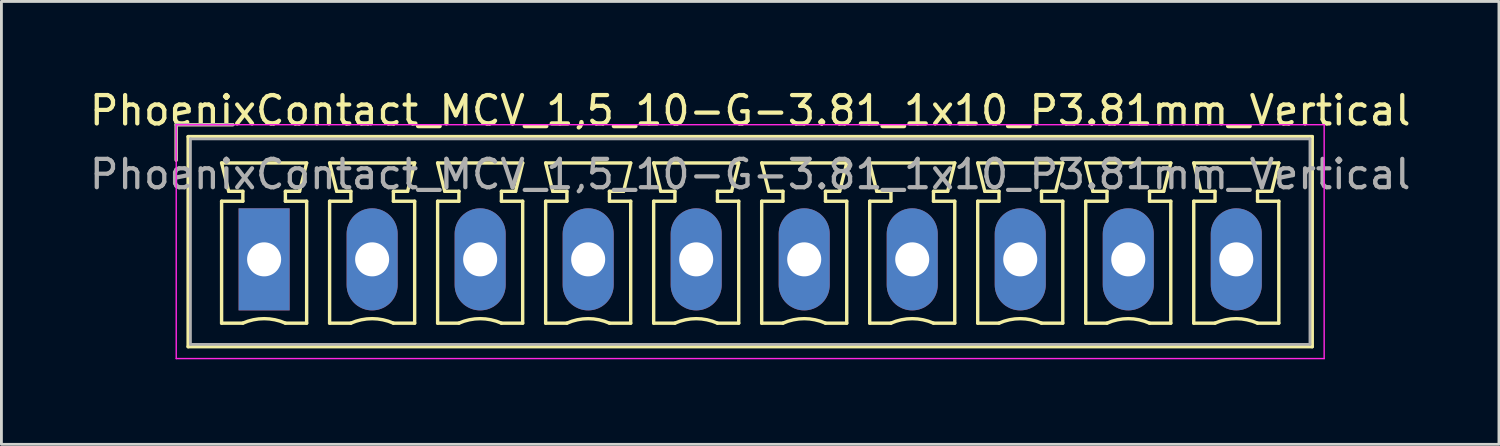
<source format=kicad_pcb>
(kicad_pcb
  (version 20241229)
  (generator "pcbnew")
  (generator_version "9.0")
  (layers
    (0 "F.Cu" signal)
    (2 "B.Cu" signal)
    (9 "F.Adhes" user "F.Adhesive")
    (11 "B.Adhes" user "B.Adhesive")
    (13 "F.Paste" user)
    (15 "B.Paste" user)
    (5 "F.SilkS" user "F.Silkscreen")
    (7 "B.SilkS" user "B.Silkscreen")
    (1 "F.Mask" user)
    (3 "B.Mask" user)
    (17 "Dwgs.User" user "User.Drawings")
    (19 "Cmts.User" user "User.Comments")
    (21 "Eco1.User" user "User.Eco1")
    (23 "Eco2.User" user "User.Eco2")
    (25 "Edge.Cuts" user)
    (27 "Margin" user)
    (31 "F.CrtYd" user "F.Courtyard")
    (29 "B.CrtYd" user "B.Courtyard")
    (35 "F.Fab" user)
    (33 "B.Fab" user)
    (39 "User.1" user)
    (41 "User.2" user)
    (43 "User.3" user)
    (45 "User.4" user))
  (footprint "PhoenixContact_MCV_1,5_10-G-3.81_1x10_P3.81mm_Vertical"
    (layer "F.Cu")
    (at 6.266 6.098)
    (property "Reference" "PhoenixContact_MCV_1,5_10-G-3.81_1x10_P3.81mm_Vertical" (at 17.145 -5.25 0) (layer "F.SilkS") (effects (font (size 1 1) (thickness 0.15))))
    (attr through_hole)
    (fp_line (start -3.1 -4.75) (end -1.1 -4.75) (stroke (width 0.12) (type solid)) (layer "F.SilkS"))
    (fp_line (start -3.1 -3.5) (end -3.1 -4.75) (stroke (width 0.12) (type solid)) (layer "F.SilkS"))
    (fp_line (start -2.68 -4.33) (end -2.68 3.08) (stroke (width 0.12) (type solid)) (layer "F.SilkS"))
    (fp_line (start -2.68 3.08) (end 36.97 3.08) (stroke (width 0.12) (type solid)) (layer "F.SilkS"))
    (fp_line (start -1.5 -3.4) (end 1.5 -3.4) (stroke (width 0.12) (type solid)) (layer "F.SilkS"))
    (fp_line (start -1.5 -2.05) (end -0.75 -2.05) (stroke (width 0.12) (type solid)) (layer "F.SilkS"))
    (fp_line (start -1.5 2.25) (end -1.5 -2.05) (stroke (width 0.12) (type solid)) (layer "F.SilkS"))
    (fp_line (start -1.25 -2.4) (end -1.5 -3.4) (stroke (width 0.12) (type solid)) (layer "F.SilkS"))
    (fp_line (start -0.75 -2.4) (end -1.25 -2.4) (stroke (width 0.12) (type solid)) (layer "F.SilkS"))
    (fp_line (start -0.75 -2.05) (end -0.75 -2.4) (stroke (width 0.12) (type solid)) (layer "F.SilkS"))
    (fp_line (start -0.75 2.25) (end -1.5 2.25) (stroke (width 0.12) (type solid)) (layer "F.SilkS"))
    (fp_line (start 0.75 -2.4) (end 0.75 -2.05) (stroke (width 0.12) (type solid)) (layer "F.SilkS"))
    (fp_line (start 0.75 -2.05) (end 1.5 -2.05) (stroke (width 0.12) (type solid)) (layer "F.SilkS"))
    (fp_line (start 1.25 -2.4) (end 0.75 -2.4) (stroke (width 0.12) (type solid)) (layer "F.SilkS"))
    (fp_line (start 1.5 -3.4) (end 1.25 -2.4) (stroke (width 0.12) (type solid)) (layer "F.SilkS"))
    (fp_line (start 1.5 -2.05) (end 1.5 2.25) (stroke (width 0.12) (type solid)) (layer "F.SilkS"))
    (fp_line (start 1.5 2.25) (end 0.75 2.25) (stroke (width 0.12) (type solid)) (layer "F.SilkS"))
    (fp_line (start 2.31 -3.4) (end 5.31 -3.4) (stroke (width 0.12) (type solid)) (layer "F.SilkS"))
    (fp_line (start 2.31 -2.05) (end 3.06 -2.05) (stroke (width 0.12) (type solid)) (layer "F.SilkS"))
    (fp_line (start 2.31 2.25) (end 2.31 -2.05) (stroke (width 0.12) (type solid)) (layer "F.SilkS"))
    (fp_line (start 2.56 -2.4) (end 2.31 -3.4) (stroke (width 0.12) (type solid)) (layer "F.SilkS"))
    (fp_line (start 3.06 -2.4) (end 2.56 -2.4) (stroke (width 0.12) (type solid)) (layer "F.SilkS"))
    (fp_line (start 3.06 -2.05) (end 3.06 -2.4) (stroke (width 0.12) (type solid)) (layer "F.SilkS"))
    (fp_line (start 3.06 2.25) (end 2.31 2.25) (stroke (width 0.12) (type solid)) (layer "F.SilkS"))
    (fp_line (start 4.56 -2.4) (end 4.56 -2.05) (stroke (width 0.12) (type solid)) (layer "F.SilkS"))
    (fp_line (start 4.56 -2.05) (end 5.31 -2.05) (stroke (width 0.12) (type solid)) (layer "F.SilkS"))
    (fp_line (start 5.06 -2.4) (end 4.56 -2.4) (stroke (width 0.12) (type solid)) (layer "F.SilkS"))
    (fp_line (start 5.31 -3.4) (end 5.06 -2.4) (stroke (width 0.12) (type solid)) (layer "F.SilkS"))
    (fp_line (start 5.31 -2.05) (end 5.31 2.25) (stroke (width 0.12) (type solid)) (layer "F.SilkS"))
    (fp_line (start 5.31 2.25) (end 4.56 2.25) (stroke (width 0.12) (type solid)) (layer "F.SilkS"))
    (fp_line (start 6.12 -3.4) (end 9.12 -3.4) (stroke (width 0.12) (type solid)) (layer "F.SilkS"))
    (fp_line (start 6.12 -2.05) (end 6.87 -2.05) (stroke (width 0.12) (type solid)) (layer "F.SilkS"))
    (fp_line (start 6.12 2.25) (end 6.12 -2.05) (stroke (width 0.12) (type solid)) (layer "F.SilkS"))
    (fp_line (start 6.37 -2.4) (end 6.12 -3.4) (stroke (width 0.12) (type solid)) (layer "F.SilkS"))
    (fp_line (start 6.87 -2.4) (end 6.37 -2.4) (stroke (width 0.12) (type solid)) (layer "F.SilkS"))
    (fp_line (start 6.87 -2.05) (end 6.87 -2.4) (stroke (width 0.12) (type solid)) (layer "F.SilkS"))
    (fp_line (start 6.87 2.25) (end 6.12 2.25) (stroke (width 0.12) (type solid)) (layer "F.SilkS"))
    (fp_line (start 8.37 -2.4) (end 8.37 -2.05) (stroke (width 0.12) (type solid)) (layer "F.SilkS"))
    (fp_line (start 8.37 -2.05) (end 9.12 -2.05) (stroke (width 0.12) (type solid)) (layer "F.SilkS"))
    (fp_line (start 8.87 -2.4) (end 8.37 -2.4) (stroke (width 0.12) (type solid)) (layer "F.SilkS"))
    (fp_line (start 9.12 -3.4) (end 8.87 -2.4) (stroke (width 0.12) (type solid)) (layer "F.SilkS"))
    (fp_line (start 9.12 -2.05) (end 9.12 2.25) (stroke (width 0.12) (type solid)) (layer "F.SilkS"))
    (fp_line (start 9.12 2.25) (end 8.37 2.25) (stroke (width 0.12) (type solid)) (layer "F.SilkS"))
    (fp_line (start 9.93 -3.4) (end 12.93 -3.4) (stroke (width 0.12) (type solid)) (layer "F.SilkS"))
    (fp_line (start 9.93 -2.05) (end 10.68 -2.05) (stroke (width 0.12) (type solid)) (layer "F.SilkS"))
    (fp_line (start 9.93 2.25) (end 9.93 -2.05) (stroke (width 0.12) (type solid)) (layer "F.SilkS"))
    (fp_line (start 10.18 -2.4) (end 9.93 -3.4) (stroke (width 0.12) (type solid)) (layer "F.SilkS"))
    (fp_line (start 10.68 -2.4) (end 10.18 -2.4) (stroke (width 0.12) (type solid)) (layer "F.SilkS"))
    (fp_line (start 10.68 -2.05) (end 10.68 -2.4) (stroke (width 0.12) (type solid)) (layer "F.SilkS"))
    (fp_line (start 10.68 2.25) (end 9.93 2.25) (stroke (width 0.12) (type solid)) (layer "F.SilkS"))
    (fp_line (start 12.18 -2.4) (end 12.18 -2.05) (stroke (width 0.12) (type solid)) (layer "F.SilkS"))
    (fp_line (start 12.18 -2.05) (end 12.93 -2.05) (stroke (width 0.12) (type solid)) (layer "F.SilkS"))
    (fp_line (start 12.68 -2.4) (end 12.18 -2.4) (stroke (width 0.12) (type solid)) (layer "F.SilkS"))
    (fp_line (start 12.93 -3.4) (end 12.68 -2.4) (stroke (width 0.12) (type solid)) (layer "F.SilkS"))
    (fp_line (start 12.93 -2.05) (end 12.93 2.25) (stroke (width 0.12) (type solid)) (layer "F.SilkS"))
    (fp_line (start 12.93 2.25) (end 12.18 2.25) (stroke (width 0.12) (type solid)) (layer "F.SilkS"))
    (fp_line (start 13.74 -3.4) (end 16.74 -3.4) (stroke (width 0.12) (type solid)) (layer "F.SilkS"))
    (fp_line (start 13.74 -2.05) (end 14.49 -2.05) (stroke (width 0.12) (type solid)) (layer "F.SilkS"))
    (fp_line (start 13.74 2.25) (end 13.74 -2.05) (stroke (width 0.12) (type solid)) (layer "F.SilkS"))
    (fp_line (start 13.99 -2.4) (end 13.74 -3.4) (stroke (width 0.12) (type solid)) (layer "F.SilkS"))
    (fp_line (start 14.49 -2.4) (end 13.99 -2.4) (stroke (width 0.12) (type solid)) (layer "F.SilkS"))
    (fp_line (start 14.49 -2.05) (end 14.49 -2.4) (stroke (width 0.12) (type solid)) (layer "F.SilkS"))
    (fp_line (start 14.49 2.25) (end 13.74 2.25) (stroke (width 0.12) (type solid)) (layer "F.SilkS"))
    (fp_line (start 15.99 -2.4) (end 15.99 -2.05) (stroke (width 0.12) (type solid)) (layer "F.SilkS"))
    (fp_line (start 15.99 -2.05) (end 16.74 -2.05) (stroke (width 0.12) (type solid)) (layer "F.SilkS"))
    (fp_line (start 16.49 -2.4) (end 15.99 -2.4) (stroke (width 0.12) (type solid)) (layer "F.SilkS"))
    (fp_line (start 16.74 -3.4) (end 16.49 -2.4) (stroke (width 0.12) (type solid)) (layer "F.SilkS"))
    (fp_line (start 16.74 -2.05) (end 16.74 2.25) (stroke (width 0.12) (type solid)) (layer "F.SilkS"))
    (fp_line (start 16.74 2.25) (end 15.99 2.25) (stroke (width 0.12) (type solid)) (layer "F.SilkS"))
    (fp_line (start 17.55 -3.4) (end 20.55 -3.4) (stroke (width 0.12) (type solid)) (layer "F.SilkS"))
    (fp_line (start 17.55 -2.05) (end 18.3 -2.05) (stroke (width 0.12) (type solid)) (layer "F.SilkS"))
    (fp_line (start 17.55 2.25) (end 17.55 -2.05) (stroke (width 0.12) (type solid)) (layer "F.SilkS"))
    (fp_line (start 17.8 -2.4) (end 17.55 -3.4) (stroke (width 0.12) (type solid)) (layer "F.SilkS"))
    (fp_line (start 18.3 -2.4) (end 17.8 -2.4) (stroke (width 0.12) (type solid)) (layer "F.SilkS"))
    (fp_line (start 18.3 -2.05) (end 18.3 -2.4) (stroke (width 0.12) (type solid)) (layer "F.SilkS"))
    (fp_line (start 18.3 2.25) (end 17.55 2.25) (stroke (width 0.12) (type solid)) (layer "F.SilkS"))
    (fp_line (start 19.8 -2.4) (end 19.8 -2.05) (stroke (width 0.12) (type solid)) (layer "F.SilkS"))
    (fp_line (start 19.8 -2.05) (end 20.55 -2.05) (stroke (width 0.12) (type solid)) (layer "F.SilkS"))
    (fp_line (start 20.3 -2.4) (end 19.8 -2.4) (stroke (width 0.12) (type solid)) (layer "F.SilkS"))
    (fp_line (start 20.55 -3.4) (end 20.3 -2.4) (stroke (width 0.12) (type solid)) (layer "F.SilkS"))
    (fp_line (start 20.55 -2.05) (end 20.55 2.25) (stroke (width 0.12) (type solid)) (layer "F.SilkS"))
    (fp_line (start 20.55 2.25) (end 19.8 2.25) (stroke (width 0.12) (type solid)) (layer "F.SilkS"))
    (fp_line (start 21.36 -3.4) (end 24.36 -3.4) (stroke (width 0.12) (type solid)) (layer "F.SilkS"))
    (fp_line (start 21.36 -2.05) (end 22.11 -2.05) (stroke (width 0.12) (type solid)) (layer "F.SilkS"))
    (fp_line (start 21.36 2.25) (end 21.36 -2.05) (stroke (width 0.12) (type solid)) (layer "F.SilkS"))
    (fp_line (start 21.61 -2.4) (end 21.36 -3.4) (stroke (width 0.12) (type solid)) (layer "F.SilkS"))
    (fp_line (start 22.11 -2.4) (end 21.61 -2.4) (stroke (width 0.12) (type solid)) (layer "F.SilkS"))
    (fp_line (start 22.11 -2.05) (end 22.11 -2.4) (stroke (width 0.12) (type solid)) (layer "F.SilkS"))
    (fp_line (start 22.11 2.25) (end 21.36 2.25) (stroke (width 0.12) (type solid)) (layer "F.SilkS"))
    (fp_line (start 23.61 -2.4) (end 23.61 -2.05) (stroke (width 0.12) (type solid)) (layer "F.SilkS"))
    (fp_line (start 23.61 -2.05) (end 24.36 -2.05) (stroke (width 0.12) (type solid)) (layer "F.SilkS"))
    (fp_line (start 24.11 -2.4) (end 23.61 -2.4) (stroke (width 0.12) (type solid)) (layer "F.SilkS"))
    (fp_line (start 24.36 -3.4) (end 24.11 -2.4) (stroke (width 0.12) (type solid)) (layer "F.SilkS"))
    (fp_line (start 24.36 -2.05) (end 24.36 2.25) (stroke (width 0.12) (type solid)) (layer "F.SilkS"))
    (fp_line (start 24.36 2.25) (end 23.61 2.25) (stroke (width 0.12) (type solid)) (layer "F.SilkS"))
    (fp_line (start 25.17 -3.4) (end 28.17 -3.4) (stroke (width 0.12) (type solid)) (layer "F.SilkS"))
    (fp_line (start 25.17 -2.05) (end 25.92 -2.05) (stroke (width 0.12) (type solid)) (layer "F.SilkS"))
    (fp_line (start 25.17 2.25) (end 25.17 -2.05) (stroke (width 0.12) (type solid)) (layer "F.SilkS"))
    (fp_line (start 25.42 -2.4) (end 25.17 -3.4) (stroke (width 0.12) (type solid)) (layer "F.SilkS"))
    (fp_line (start 25.92 -2.4) (end 25.42 -2.4) (stroke (width 0.12) (type solid)) (layer "F.SilkS"))
    (fp_line (start 25.92 -2.05) (end 25.92 -2.4) (stroke (width 0.12) (type solid)) (layer "F.SilkS"))
    (fp_line (start 25.92 2.25) (end 25.17 2.25) (stroke (width 0.12) (type solid)) (layer "F.SilkS"))
    (fp_line (start 27.42 -2.4) (end 27.42 -2.05) (stroke (width 0.12) (type solid)) (layer "F.SilkS"))
    (fp_line (start 27.42 -2.05) (end 28.17 -2.05) (stroke (width 0.12) (type solid)) (layer "F.SilkS"))
    (fp_line (start 27.92 -2.4) (end 27.42 -2.4) (stroke (width 0.12) (type solid)) (layer "F.SilkS"))
    (fp_line (start 28.17 -3.4) (end 27.92 -2.4) (stroke (width 0.12) (type solid)) (layer "F.SilkS"))
    (fp_line (start 28.17 -2.05) (end 28.17 2.25) (stroke (width 0.12) (type solid)) (layer "F.SilkS"))
    (fp_line (start 28.17 2.25) (end 27.42 2.25) (stroke (width 0.12) (type solid)) (layer "F.SilkS"))
    (fp_line (start 28.98 -3.4) (end 31.98 -3.4) (stroke (width 0.12) (type solid)) (layer "F.SilkS"))
    (fp_line (start 28.98 -2.05) (end 29.73 -2.05) (stroke (width 0.12) (type solid)) (layer "F.SilkS"))
    (fp_line (start 28.98 2.25) (end 28.98 -2.05) (stroke (width 0.12) (type solid)) (layer "F.SilkS"))
    (fp_line (start 29.23 -2.4) (end 28.98 -3.4) (stroke (width 0.12) (type solid)) (layer "F.SilkS"))
    (fp_line (start 29.73 -2.4) (end 29.23 -2.4) (stroke (width 0.12) (type solid)) (layer "F.SilkS"))
    (fp_line (start 29.73 -2.05) (end 29.73 -2.4) (stroke (width 0.12) (type solid)) (layer "F.SilkS"))
    (fp_line (start 29.73 2.25) (end 28.98 2.25) (stroke (width 0.12) (type solid)) (layer "F.SilkS"))
    (fp_line (start 31.23 -2.4) (end 31.23 -2.05) (stroke (width 0.12) (type solid)) (layer "F.SilkS"))
    (fp_line (start 31.23 -2.05) (end 31.98 -2.05) (stroke (width 0.12) (type solid)) (layer "F.SilkS"))
    (fp_line (start 31.73 -2.4) (end 31.23 -2.4) (stroke (width 0.12) (type solid)) (layer "F.SilkS"))
    (fp_line (start 31.98 -3.4) (end 31.73 -2.4) (stroke (width 0.12) (type solid)) (layer "F.SilkS"))
    (fp_line (start 31.98 -2.05) (end 31.98 2.25) (stroke (width 0.12) (type solid)) (layer "F.SilkS"))
    (fp_line (start 31.98 2.25) (end 31.23 2.25) (stroke (width 0.12) (type solid)) (layer "F.SilkS"))
    (fp_line (start 32.79 -3.4) (end 35.79 -3.4) (stroke (width 0.12) (type solid)) (layer "F.SilkS"))
    (fp_line (start 32.79 -2.05) (end 33.54 -2.05) (stroke (width 0.12) (type solid)) (layer "F.SilkS"))
    (fp_line (start 32.79 2.25) (end 32.79 -2.05) (stroke (width 0.12) (type solid)) (layer "F.SilkS"))
    (fp_line (start 33.04 -2.4) (end 32.79 -3.4) (stroke (width 0.12) (type solid)) (layer "F.SilkS"))
    (fp_line (start 33.54 -2.4) (end 33.04 -2.4) (stroke (width 0.12) (type solid)) (layer "F.SilkS"))
    (fp_line (start 33.54 -2.05) (end 33.54 -2.4) (stroke (width 0.12) (type solid)) (layer "F.SilkS"))
    (fp_line (start 33.54 2.25) (end 32.79 2.25) (stroke (width 0.12) (type solid)) (layer "F.SilkS"))
    (fp_line (start 35.04 -2.4) (end 35.04 -2.05) (stroke (width 0.12) (type solid)) (layer "F.SilkS"))
    (fp_line (start 35.04 -2.05) (end 35.79 -2.05) (stroke (width 0.12) (type solid)) (layer "F.SilkS"))
    (fp_line (start 35.54 -2.4) (end 35.04 -2.4) (stroke (width 0.12) (type solid)) (layer "F.SilkS"))
    (fp_line (start 35.79 -3.4) (end 35.54 -2.4) (stroke (width 0.12) (type solid)) (layer "F.SilkS"))
    (fp_line (start 35.79 -2.05) (end 35.79 2.25) (stroke (width 0.12) (type solid)) (layer "F.SilkS"))
    (fp_line (start 35.79 2.25) (end 35.04 2.25) (stroke (width 0.12) (type solid)) (layer "F.SilkS"))
    (fp_line (start 36.97 -4.33) (end -2.68 -4.33) (stroke (width 0.12) (type solid)) (layer "F.SilkS"))
    (fp_line (start 36.97 3.08) (end 36.97 -4.33) (stroke (width 0.12) (type solid)) (layer "F.SilkS"))
    (fp_arc (start -0.75 2.25) (mid -0.000193 2.09191) (end 0.749647 2.249844) (stroke (width 0.12) (type solid)) (layer "F.SilkS"))
    (fp_arc (start 3.06 2.25) (mid 3.809807 2.09191) (end 4.559647 2.249844) (stroke (width 0.12) (type solid)) (layer "F.SilkS"))
    (fp_arc (start 6.87 2.25) (mid 7.619807 2.09191) (end 8.369647 2.249844) (stroke (width 0.12) (type solid)) (layer "F.SilkS"))
    (fp_arc (start 10.68 2.25) (mid 11.429807 2.09191) (end 12.179647 2.249844) (stroke (width 0.12) (type solid)) (layer "F.SilkS"))
    (fp_arc (start 14.49 2.25) (mid 15.239807 2.09191) (end 15.989647 2.249844) (stroke (width 0.12) (type solid)) (layer "F.SilkS"))
    (fp_arc (start 18.3 2.25) (mid 19.049807 2.09191) (end 19.799647 2.249844) (stroke (width 0.12) (type solid)) (layer "F.SilkS"))
    (fp_arc (start 22.11 2.25) (mid 22.859807 2.09191) (end 23.609647 2.249844) (stroke (width 0.12) (type solid)) (layer "F.SilkS"))
    (fp_arc (start 25.92 2.25) (mid 26.669807 2.09191) (end 27.419647 2.249844) (stroke (width 0.12) (type solid)) (layer "F.SilkS"))
    (fp_arc (start 29.73 2.25) (mid 30.479807 2.09191) (end 31.229647 2.249844) (stroke (width 0.12) (type solid)) (layer "F.SilkS"))
    (fp_arc (start 33.54 2.25) (mid 34.289807 2.09191) (end 35.039647 2.249844) (stroke (width 0.12) (type solid)) (layer "F.SilkS"))
    (fp_line (start -3.1 -4.75) (end -3.1 3.5) (stroke (width 0.05) (type solid)) (layer "F.CrtYd"))
    (fp_line (start -3.1 3.5) (end 37.39 3.5) (stroke (width 0.05) (type solid)) (layer "F.CrtYd"))
    (fp_line (start 37.39 -4.75) (end -3.1 -4.75) (stroke (width 0.05) (type solid)) (layer "F.CrtYd"))
    (fp_line (start 37.39 3.5) (end 37.39 -4.75) (stroke (width 0.05) (type solid)) (layer "F.CrtYd"))
    (fp_line (start -3.1 -4.75) (end -1.1 -4.75) (stroke (width 0.1) (type solid)) (layer "F.Fab"))
    (fp_line (start -3.1 -3.5) (end -3.1 -4.75) (stroke (width 0.1) (type solid)) (layer "F.Fab"))
    (fp_line (start -2.6 -4.25) (end -2.6 3) (stroke (width 0.1) (type solid)) (layer "F.Fab"))
    (fp_line (start -2.6 3) (end 36.89 3) (stroke (width 0.1) (type solid)) (layer "F.Fab"))
    (fp_line (start 36.89 -4.25) (end -2.6 -4.25) (stroke (width 0.1) (type solid)) (layer "F.Fab"))
    (fp_line (start 36.89 3) (end 36.89 -4.25) (stroke (width 0.1) (type solid)) (layer "F.Fab"))
    (fp_text user "${REFERENCE}" (at 17.145 -3 0) (layer "F.Fab") (effects (font (size 1 1) (thickness 0.15))))
    (pad "1" thru_hole rect (at 0 0) (size 1.8 3.6) (drill 1.2) (layers "*.Cu" "*.Mask"))
    (pad "2" thru_hole oval (at 3.81 0) (size 1.8 3.6) (drill 1.2) (layers "*.Cu" "*.Mask"))
    (pad "3" thru_hole oval (at 7.62 0) (size 1.8 3.6) (drill 1.2) (layers "*.Cu" "*.Mask"))
    (pad "4" thru_hole oval (at 11.43 0) (size 1.8 3.6) (drill 1.2) (layers "*.Cu" "*.Mask"))
    (pad "5" thru_hole oval (at 15.24 0) (size 1.8 3.6) (drill 1.2) (layers "*.Cu" "*.Mask"))
    (pad "6" thru_hole oval (at 19.05 0) (size 1.8 3.6) (drill 1.2) (layers "*.Cu" "*.Mask"))
    (pad "7" thru_hole oval (at 22.86 0) (size 1.8 3.6) (drill 1.2) (layers "*.Cu" "*.Mask"))
    (pad "8" thru_hole oval (at 26.67 0) (size 1.8 3.6) (drill 1.2) (layers "*.Cu" "*.Mask"))
    (pad "9" thru_hole oval (at 30.48 0) (size 1.8 3.6) (drill 1.2) (layers "*.Cu" "*.Mask"))
    (pad "10" thru_hole oval (at 34.29 0) (size 1.8 3.6) (drill 1.2) (layers "*.Cu" "*.Mask")))
  (gr_rect
    (start -3 -3)
    (end 49.821 12.623)
    (stroke (width 0.1) (type default))
    (fill no)
    (layer "Edge.Cuts")))
</source>
